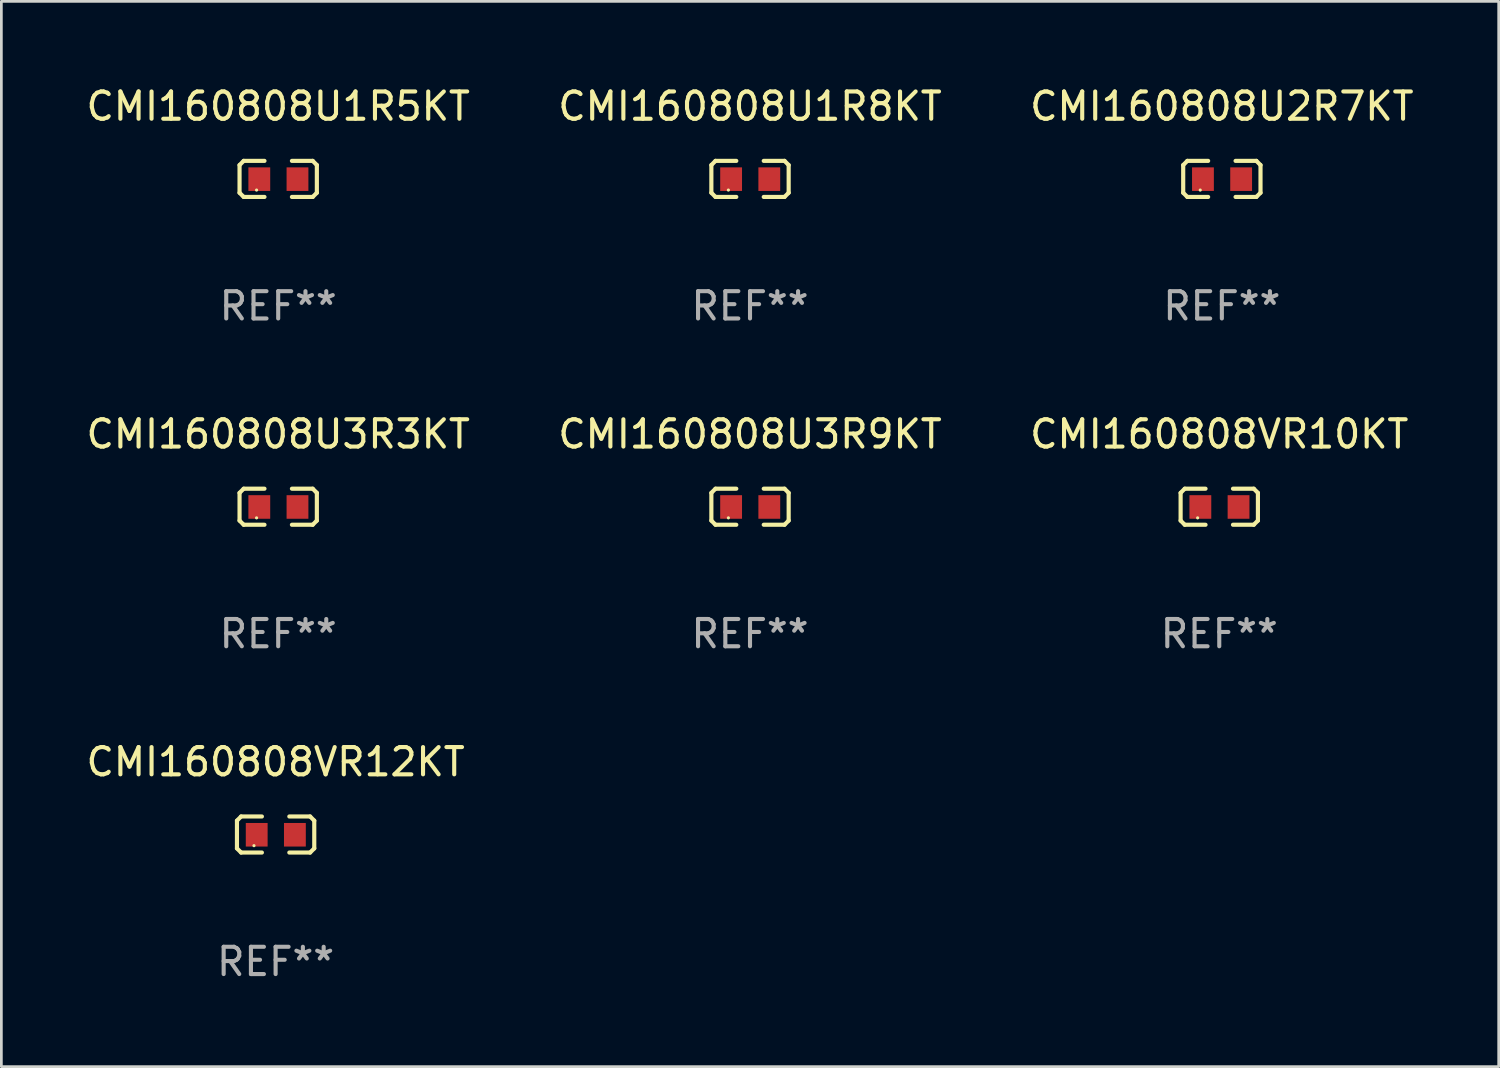
<source format=kicad_pcb>
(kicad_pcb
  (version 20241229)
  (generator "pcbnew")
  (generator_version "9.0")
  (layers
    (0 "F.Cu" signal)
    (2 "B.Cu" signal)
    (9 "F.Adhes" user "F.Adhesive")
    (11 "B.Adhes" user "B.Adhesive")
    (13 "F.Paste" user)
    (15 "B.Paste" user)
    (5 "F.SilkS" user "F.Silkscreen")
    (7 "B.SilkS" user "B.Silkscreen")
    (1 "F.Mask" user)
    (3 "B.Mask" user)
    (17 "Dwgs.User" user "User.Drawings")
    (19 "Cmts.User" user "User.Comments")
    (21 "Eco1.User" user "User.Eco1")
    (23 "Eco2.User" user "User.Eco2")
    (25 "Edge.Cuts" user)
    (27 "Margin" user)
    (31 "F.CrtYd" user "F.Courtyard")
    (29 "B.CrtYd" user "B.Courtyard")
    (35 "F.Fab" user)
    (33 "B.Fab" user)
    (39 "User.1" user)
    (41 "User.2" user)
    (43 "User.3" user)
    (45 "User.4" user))
  (footprint "CMI160808VR10KT"
    (layer "F.Cu")
    (at 41.649 15.527)
    (property "Reference" "CMI160808VR10KT" (at 0 -2.661 0) (layer "F.SilkS") (effects (font (size 1 1) (thickness 0.15))))
    (attr through_hole)
    (fp_line (start -1.417 -0.508) (end -1.265 -0.661) (stroke (width 0.152) (type solid)) (layer "F.SilkS"))
    (fp_line (start -1.417 0.508) (end -1.417 -0.508) (stroke (width 0.152) (type solid)) (layer "F.SilkS"))
    (fp_line (start -1.265 -0.661) (end -0.503 -0.661) (stroke (width 0.152) (type solid)) (layer "F.SilkS"))
    (fp_line (start -1.265 0.661) (end -1.417 0.508) (stroke (width 0.152) (type solid)) (layer "F.SilkS"))
    (fp_line (start -1.265 0.661) (end -0.503 0.661) (stroke (width 0.152) (type solid)) (layer "F.SilkS"))
    (fp_line (start 1.265 -0.661) (end 0.503 -0.661) (stroke (width 0.152) (type solid)) (layer "F.SilkS"))
    (fp_line (start 1.265 -0.661) (end 1.417 -0.508) (stroke (width 0.152) (type solid)) (layer "F.SilkS"))
    (fp_line (start 1.265 0.661) (end 0.503 0.661) (stroke (width 0.152) (type solid)) (layer "F.SilkS"))
    (fp_line (start 1.417 -0.508) (end 1.417 0.508) (stroke (width 0.152) (type solid)) (layer "F.SilkS"))
    (fp_line (start 1.417 0.508) (end 1.265 0.661) (stroke (width 0.152) (type solid)) (layer "F.SilkS"))
    (fp_circle (center -0.793 0.409) (end -0.763 0.409) (stroke (width 0.06) (type solid)) (fill no) (layer "F.SilkS"))
    (fp_text user "REF**" (at 0 4.661 0) (layer "F.Fab") (effects (font (size 1 1) (thickness 0.15))))
    (pad "1" smd rect (at -0.693 0.009 180) (size 0.8 0.864) (layers "F.Cu" "F.Mask" "F.Paste"))
    (pad "2" smd rect (at 0.707 0.009 180) (size 0.8 0.864) (layers "F.Cu" "F.Mask" "F.Paste")))
  (footprint "CMI160808U2R7KT"
    (layer "F.Cu")
    (at 41.744 3.509)
    (property "Reference" "CMI160808U2R7KT" (at 0 -2.661 0) (layer "F.SilkS") (effects (font (size 1 1) (thickness 0.15))))
    (attr through_hole)
    (fp_line (start -1.417 -0.508) (end -1.265 -0.661) (stroke (width 0.152) (type solid)) (layer "F.SilkS"))
    (fp_line (start -1.417 0.508) (end -1.417 -0.508) (stroke (width 0.152) (type solid)) (layer "F.SilkS"))
    (fp_line (start -1.265 -0.661) (end -0.503 -0.661) (stroke (width 0.152) (type solid)) (layer "F.SilkS"))
    (fp_line (start -1.265 0.661) (end -1.417 0.508) (stroke (width 0.152) (type solid)) (layer "F.SilkS"))
    (fp_line (start -1.265 0.661) (end -0.503 0.661) (stroke (width 0.152) (type solid)) (layer "F.SilkS"))
    (fp_line (start 1.265 -0.661) (end 0.503 -0.661) (stroke (width 0.152) (type solid)) (layer "F.SilkS"))
    (fp_line (start 1.265 -0.661) (end 1.417 -0.508) (stroke (width 0.152) (type solid)) (layer "F.SilkS"))
    (fp_line (start 1.265 0.661) (end 0.503 0.661) (stroke (width 0.152) (type solid)) (layer "F.SilkS"))
    (fp_line (start 1.417 -0.508) (end 1.417 0.508) (stroke (width 0.152) (type solid)) (layer "F.SilkS"))
    (fp_line (start 1.417 0.508) (end 1.265 0.661) (stroke (width 0.152) (type solid)) (layer "F.SilkS"))
    (fp_circle (center -0.793 0.409) (end -0.763 0.409) (stroke (width 0.06) (type solid)) (fill no) (layer "F.SilkS"))
    (fp_text user "REF**" (at 0 4.661 0) (layer "F.Fab") (effects (font (size 1 1) (thickness 0.15))))
    (pad "1" smd rect (at -0.693 0.009 180) (size 0.8 0.864) (layers "F.Cu" "F.Mask" "F.Paste"))
    (pad "2" smd rect (at 0.707 0.009 180) (size 0.8 0.864) (layers "F.Cu" "F.Mask" "F.Paste")))
  (footprint "CMI160808U1R8KT"
    (layer "F.Cu")
    (at 24.446 3.509)
    (property "Reference" "CMI160808U1R8KT" (at 0 -2.661 0) (layer "F.SilkS") (effects (font (size 1 1) (thickness 0.15))))
    (attr through_hole)
    (fp_line (start -1.417 -0.508) (end -1.265 -0.661) (stroke (width 0.152) (type solid)) (layer "F.SilkS"))
    (fp_line (start -1.417 0.508) (end -1.417 -0.508) (stroke (width 0.152) (type solid)) (layer "F.SilkS"))
    (fp_line (start -1.265 -0.661) (end -0.503 -0.661) (stroke (width 0.152) (type solid)) (layer "F.SilkS"))
    (fp_line (start -1.265 0.661) (end -1.417 0.508) (stroke (width 0.152) (type solid)) (layer "F.SilkS"))
    (fp_line (start -1.265 0.661) (end -0.503 0.661) (stroke (width 0.152) (type solid)) (layer "F.SilkS"))
    (fp_line (start 1.265 -0.661) (end 0.503 -0.661) (stroke (width 0.152) (type solid)) (layer "F.SilkS"))
    (fp_line (start 1.265 -0.661) (end 1.417 -0.508) (stroke (width 0.152) (type solid)) (layer "F.SilkS"))
    (fp_line (start 1.265 0.661) (end 0.503 0.661) (stroke (width 0.152) (type solid)) (layer "F.SilkS"))
    (fp_line (start 1.417 -0.508) (end 1.417 0.508) (stroke (width 0.152) (type solid)) (layer "F.SilkS"))
    (fp_line (start 1.417 0.508) (end 1.265 0.661) (stroke (width 0.152) (type solid)) (layer "F.SilkS"))
    (fp_circle (center -0.793 0.409) (end -0.763 0.409) (stroke (width 0.06) (type solid)) (fill no) (layer "F.SilkS"))
    (fp_text user "REF**" (at 0 4.661 0) (layer "F.Fab") (effects (font (size 1 1) (thickness 0.15))))
    (pad "1" smd rect (at -0.693 0.009 180) (size 0.8 0.864) (layers "F.Cu" "F.Mask" "F.Paste"))
    (pad "2" smd rect (at 0.707 0.009 180) (size 0.8 0.864) (layers "F.Cu" "F.Mask" "F.Paste")))
  (footprint "CMI160808U3R3KT"
    (layer "F.Cu")
    (at 7.149 15.527)
    (property "Reference" "CMI160808U3R3KT" (at 0 -2.661 0) (layer "F.SilkS") (effects (font (size 1 1) (thickness 0.15))))
    (attr through_hole)
    (fp_line (start -1.417 -0.508) (end -1.265 -0.661) (stroke (width 0.152) (type solid)) (layer "F.SilkS"))
    (fp_line (start -1.417 0.508) (end -1.417 -0.508) (stroke (width 0.152) (type solid)) (layer "F.SilkS"))
    (fp_line (start -1.265 -0.661) (end -0.503 -0.661) (stroke (width 0.152) (type solid)) (layer "F.SilkS"))
    (fp_line (start -1.265 0.661) (end -1.417 0.508) (stroke (width 0.152) (type solid)) (layer "F.SilkS"))
    (fp_line (start -1.265 0.661) (end -0.503 0.661) (stroke (width 0.152) (type solid)) (layer "F.SilkS"))
    (fp_line (start 1.265 -0.661) (end 0.503 -0.661) (stroke (width 0.152) (type solid)) (layer "F.SilkS"))
    (fp_line (start 1.265 -0.661) (end 1.417 -0.508) (stroke (width 0.152) (type solid)) (layer "F.SilkS"))
    (fp_line (start 1.265 0.661) (end 0.503 0.661) (stroke (width 0.152) (type solid)) (layer "F.SilkS"))
    (fp_line (start 1.417 -0.508) (end 1.417 0.508) (stroke (width 0.152) (type solid)) (layer "F.SilkS"))
    (fp_line (start 1.417 0.508) (end 1.265 0.661) (stroke (width 0.152) (type solid)) (layer "F.SilkS"))
    (fp_circle (center -0.793 0.409) (end -0.763 0.409) (stroke (width 0.06) (type solid)) (fill no) (layer "F.SilkS"))
    (fp_text user "REF**" (at 0 4.661 0) (layer "F.Fab") (effects (font (size 1 1) (thickness 0.15))))
    (pad "1" smd rect (at -0.693 0.009 180) (size 0.8 0.864) (layers "F.Cu" "F.Mask" "F.Paste"))
    (pad "2" smd rect (at 0.707 0.009 180) (size 0.8 0.864) (layers "F.Cu" "F.Mask" "F.Paste")))
  (footprint "CMI160808VR12KT"
    (layer "F.Cu")
    (at 7.054 27.544)
    (property "Reference" "CMI160808VR12KT" (at 0 -2.661 0) (layer "F.SilkS") (effects (font (size 1 1) (thickness 0.15))))
    (attr through_hole)
    (fp_line (start -1.417 -0.508) (end -1.265 -0.661) (stroke (width 0.152) (type solid)) (layer "F.SilkS"))
    (fp_line (start -1.417 0.508) (end -1.417 -0.508) (stroke (width 0.152) (type solid)) (layer "F.SilkS"))
    (fp_line (start -1.265 -0.661) (end -0.503 -0.661) (stroke (width 0.152) (type solid)) (layer "F.SilkS"))
    (fp_line (start -1.265 0.661) (end -1.417 0.508) (stroke (width 0.152) (type solid)) (layer "F.SilkS"))
    (fp_line (start -1.265 0.661) (end -0.503 0.661) (stroke (width 0.152) (type solid)) (layer "F.SilkS"))
    (fp_line (start 1.265 -0.661) (end 0.503 -0.661) (stroke (width 0.152) (type solid)) (layer "F.SilkS"))
    (fp_line (start 1.265 -0.661) (end 1.417 -0.508) (stroke (width 0.152) (type solid)) (layer "F.SilkS"))
    (fp_line (start 1.265 0.661) (end 0.503 0.661) (stroke (width 0.152) (type solid)) (layer "F.SilkS"))
    (fp_line (start 1.417 -0.508) (end 1.417 0.508) (stroke (width 0.152) (type solid)) (layer "F.SilkS"))
    (fp_line (start 1.417 0.508) (end 1.265 0.661) (stroke (width 0.152) (type solid)) (layer "F.SilkS"))
    (fp_circle (center -0.793 0.409) (end -0.763 0.409) (stroke (width 0.06) (type solid)) (fill no) (layer "F.SilkS"))
    (fp_text user "REF**" (at 0 4.661 0) (layer "F.Fab") (effects (font (size 1 1) (thickness 0.15))))
    (pad "1" smd rect (at -0.693 0.009 180) (size 0.8 0.864) (layers "F.Cu" "F.Mask" "F.Paste"))
    (pad "2" smd rect (at 0.707 0.009 180) (size 0.8 0.864) (layers "F.Cu" "F.Mask" "F.Paste")))
  (footprint "CMI160808U3R9KT"
    (layer "F.Cu")
    (at 24.446 15.527)
    (property "Reference" "CMI160808U3R9KT" (at 0 -2.661 0) (layer "F.SilkS") (effects (font (size 1 1) (thickness 0.15))))
    (attr through_hole)
    (fp_line (start -1.417 -0.508) (end -1.265 -0.661) (stroke (width 0.152) (type solid)) (layer "F.SilkS"))
    (fp_line (start -1.417 0.508) (end -1.417 -0.508) (stroke (width 0.152) (type solid)) (layer "F.SilkS"))
    (fp_line (start -1.265 -0.661) (end -0.503 -0.661) (stroke (width 0.152) (type solid)) (layer "F.SilkS"))
    (fp_line (start -1.265 0.661) (end -1.417 0.508) (stroke (width 0.152) (type solid)) (layer "F.SilkS"))
    (fp_line (start -1.265 0.661) (end -0.503 0.661) (stroke (width 0.152) (type solid)) (layer "F.SilkS"))
    (fp_line (start 1.265 -0.661) (end 0.503 -0.661) (stroke (width 0.152) (type solid)) (layer "F.SilkS"))
    (fp_line (start 1.265 -0.661) (end 1.417 -0.508) (stroke (width 0.152) (type solid)) (layer "F.SilkS"))
    (fp_line (start 1.265 0.661) (end 0.503 0.661) (stroke (width 0.152) (type solid)) (layer "F.SilkS"))
    (fp_line (start 1.417 -0.508) (end 1.417 0.508) (stroke (width 0.152) (type solid)) (layer "F.SilkS"))
    (fp_line (start 1.417 0.508) (end 1.265 0.661) (stroke (width 0.152) (type solid)) (layer "F.SilkS"))
    (fp_circle (center -0.793 0.409) (end -0.763 0.409) (stroke (width 0.06) (type solid)) (fill no) (layer "F.SilkS"))
    (fp_text user "REF**" (at 0 4.661 0) (layer "F.Fab") (effects (font (size 1 1) (thickness 0.15))))
    (pad "1" smd rect (at -0.693 0.009 180) (size 0.8 0.864) (layers "F.Cu" "F.Mask" "F.Paste"))
    (pad "2" smd rect (at 0.707 0.009 180) (size 0.8 0.864) (layers "F.Cu" "F.Mask" "F.Paste")))
  (footprint "CMI160808U1R5KT"
    (layer "F.Cu")
    (at 7.149 3.509)
    (property "Reference" "CMI160808U1R5KT" (at 0 -2.661 0) (layer "F.SilkS") (effects (font (size 1 1) (thickness 0.15))))
    (attr through_hole)
    (fp_line (start -1.417 -0.508) (end -1.265 -0.661) (stroke (width 0.152) (type solid)) (layer "F.SilkS"))
    (fp_line (start -1.417 0.508) (end -1.417 -0.508) (stroke (width 0.152) (type solid)) (layer "F.SilkS"))
    (fp_line (start -1.265 -0.661) (end -0.503 -0.661) (stroke (width 0.152) (type solid)) (layer "F.SilkS"))
    (fp_line (start -1.265 0.661) (end -1.417 0.508) (stroke (width 0.152) (type solid)) (layer "F.SilkS"))
    (fp_line (start -1.265 0.661) (end -0.503 0.661) (stroke (width 0.152) (type solid)) (layer "F.SilkS"))
    (fp_line (start 1.265 -0.661) (end 0.503 -0.661) (stroke (width 0.152) (type solid)) (layer "F.SilkS"))
    (fp_line (start 1.265 -0.661) (end 1.417 -0.508) (stroke (width 0.152) (type solid)) (layer "F.SilkS"))
    (fp_line (start 1.265 0.661) (end 0.503 0.661) (stroke (width 0.152) (type solid)) (layer "F.SilkS"))
    (fp_line (start 1.417 -0.508) (end 1.417 0.508) (stroke (width 0.152) (type solid)) (layer "F.SilkS"))
    (fp_line (start 1.417 0.508) (end 1.265 0.661) (stroke (width 0.152) (type solid)) (layer "F.SilkS"))
    (fp_circle (center -0.793 0.409) (end -0.763 0.409) (stroke (width 0.06) (type solid)) (fill no) (layer "F.SilkS"))
    (fp_text user "REF**" (at 0 4.661 0) (layer "F.Fab") (effects (font (size 1 1) (thickness 0.15))))
    (pad "1" smd rect (at -0.693 0.009 180) (size 0.8 0.864) (layers "F.Cu" "F.Mask" "F.Paste"))
    (pad "2" smd rect (at 0.707 0.009 180) (size 0.8 0.864) (layers "F.Cu" "F.Mask" "F.Paste")))
  (gr_rect
    (start -3 -3)
    (end 51.893 36.053)
    (stroke (width 0.1) (type default))
    (fill no)
    (layer "Edge.Cuts")))
</source>
